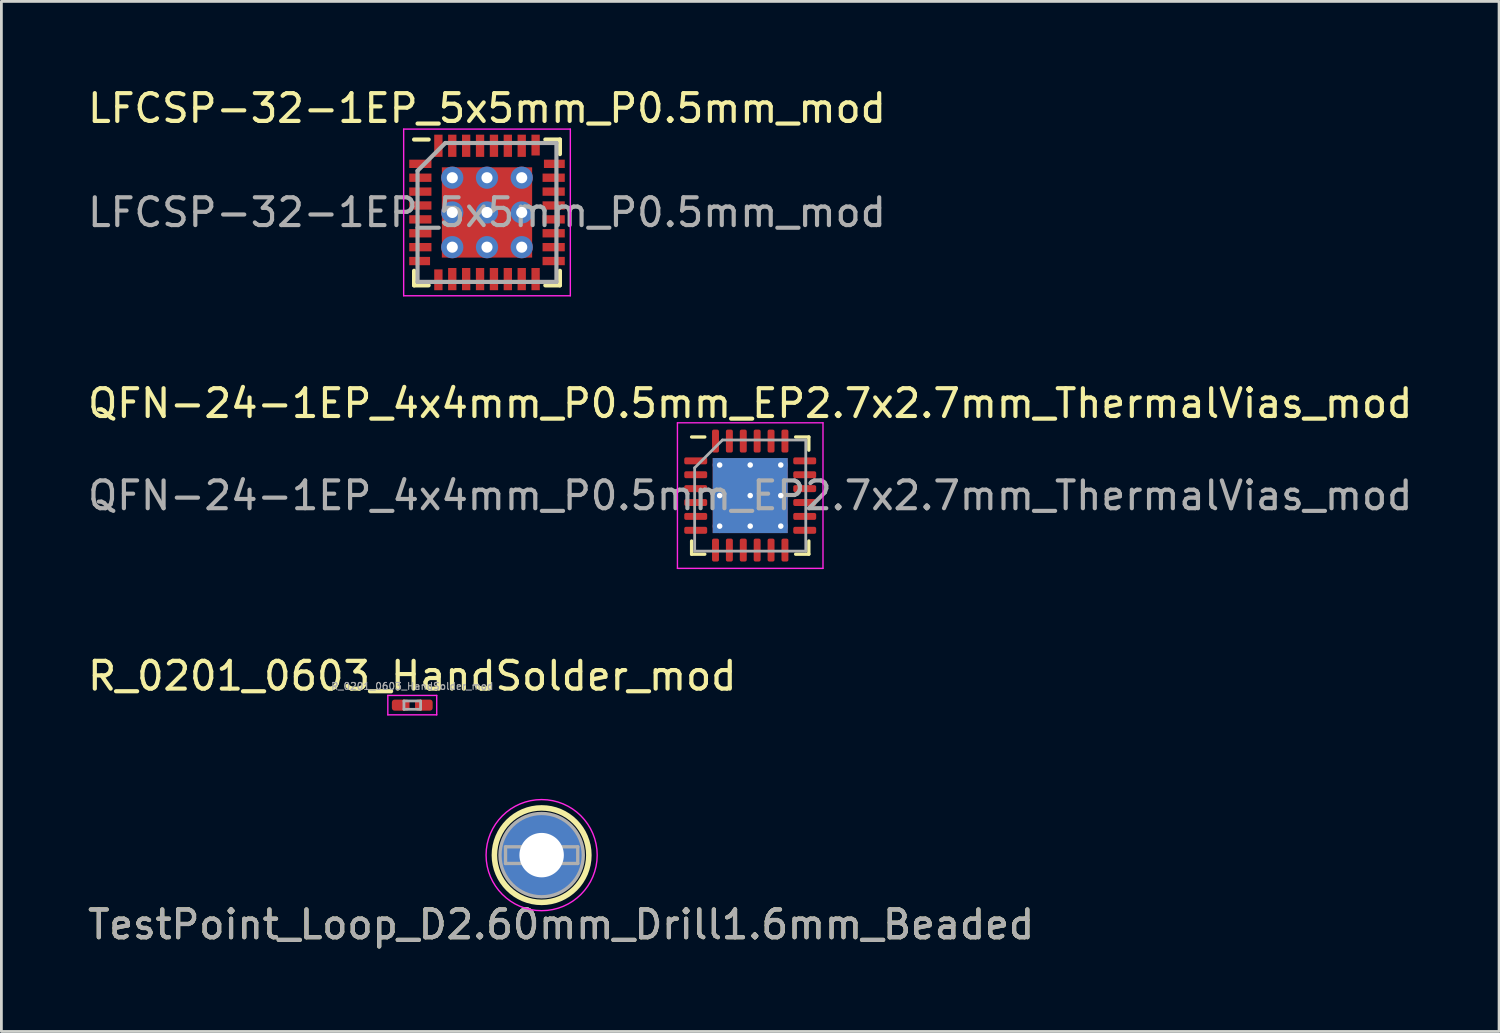
<source format=kicad_pcb>
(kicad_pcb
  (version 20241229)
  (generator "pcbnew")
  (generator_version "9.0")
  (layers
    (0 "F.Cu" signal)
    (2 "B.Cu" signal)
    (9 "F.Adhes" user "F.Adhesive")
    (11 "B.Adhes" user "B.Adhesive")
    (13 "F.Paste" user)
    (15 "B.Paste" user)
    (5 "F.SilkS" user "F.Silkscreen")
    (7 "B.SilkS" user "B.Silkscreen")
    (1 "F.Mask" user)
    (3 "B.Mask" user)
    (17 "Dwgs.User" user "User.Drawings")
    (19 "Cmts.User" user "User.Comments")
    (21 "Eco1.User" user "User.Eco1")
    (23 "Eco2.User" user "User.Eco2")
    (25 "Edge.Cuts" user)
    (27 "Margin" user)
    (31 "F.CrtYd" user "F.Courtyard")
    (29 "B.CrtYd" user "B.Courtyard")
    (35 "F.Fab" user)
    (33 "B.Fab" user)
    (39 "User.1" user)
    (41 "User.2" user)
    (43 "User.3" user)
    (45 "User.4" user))
  (footprint "TestPoint_Loop_D2.60mm_Drill1.6mm_Beaded"
    (layer "F.Cu")
    (at 16.449 27.735)
    (property "Reference" "TestPoint_Loop_D2.60mm_Drill1.6mm_Beaded" (at 0.7 2.5 0) (layer "F.SilkS") (effects (font (size 1 1) (thickness 0.15))))
    (attr through_hole)
    (fp_circle (center 0 0) (end 1.7 0) (stroke (width 0.2) (type solid)) (fill no) (layer "F.SilkS"))
    (fp_circle (center 0 0) (end 2 0) (stroke (width 0.05) (type solid)) (fill no) (layer "F.CrtYd"))
    (fp_line (start -1.3 -0.3) (end -1.3 0.3) (stroke (width 0.12) (type solid)) (layer "F.Fab"))
    (fp_line (start -1.3 0.3) (end 1.3 0.3) (stroke (width 0.12) (type solid)) (layer "F.Fab"))
    (fp_line (start 1.3 -0.3) (end -1.3 -0.3) (stroke (width 0.12) (type solid)) (layer "F.Fab"))
    (fp_line (start 1.3 0.3) (end 1.3 -0.3) (stroke (width 0.12) (type solid)) (layer "F.Fab"))
    (fp_circle (center 0 0) (end 1.5 0) (stroke (width 0.12) (type solid)) (fill no) (layer "F.Fab"))
    (fp_text user "${REFERENCE}" (at 0.7 2.5 0) (layer "F.Fab") (effects (font (size 1 1) (thickness 0.15))))
    (pad "1" thru_hole circle (at 0 0) (size 3 3) (drill 1.6) (layers "*.Cu" "*.Mask")))
  (footprint "R_0201_0603_HandSolder_mod"
    (layer "F.Cu")
    (at 11.792 22.335)
    (property "Reference" "R_0201_0603_HandSolder_mod" (at 0 -1.05 0) (layer "F.SilkS") (effects (font (size 1 1) (thickness 0.15))))
    (attr smd)
    (fp_line (start -0.88 -0.35) (end 0.88 -0.35) (stroke (width 0.05) (type solid)) (layer "F.CrtYd"))
    (fp_line (start -0.88 0.35) (end -0.88 -0.35) (stroke (width 0.05) (type solid)) (layer "F.CrtYd"))
    (fp_line (start 0.88 -0.35) (end 0.88 0.35) (stroke (width 0.05) (type solid)) (layer "F.CrtYd"))
    (fp_line (start 0.88 0.35) (end -0.88 0.35) (stroke (width 0.05) (type solid)) (layer "F.CrtYd"))
    (fp_line (start -0.3 -0.15) (end 0.3 -0.15) (stroke (width 0.1) (type solid)) (layer "F.Fab"))
    (fp_line (start -0.3 0.15) (end -0.3 -0.15) (stroke (width 0.1) (type solid)) (layer "F.Fab"))
    (fp_line (start 0.3 -0.15) (end 0.3 0.15) (stroke (width 0.1) (type solid)) (layer "F.Fab"))
    (fp_line (start 0.3 0.15) (end -0.3 0.15) (stroke (width 0.1) (type solid)) (layer "F.Fab"))
    (fp_text user "${REFERENCE}" (at 0 -0.68 0) (layer "F.Fab") (effects (font (size 0.25 0.25) (thickness 0.04))))
    (pad "" smd roundrect (at -0.432 0) (size 0.458 0.36) (layers "F.Paste") (roundrect_rratio 0.25))
    (pad "" smd roundrect (at 0.432 0) (size 0.458 0.36) (layers "F.Paste") (roundrect_rratio 0.25))
    (pad "1" smd roundrect (at -0.417 0) (size 0.635 0.4) (layers "F.Cu" "F.Mask") (roundrect_rratio 0.25))
    (pad "2" smd roundrect (at 0.417 0) (size 0.635 0.4) (layers "F.Cu" "F.Mask") (roundrect_rratio 0.25)))
  (footprint "QFN-24-1EP_4x4mm_P0.5mm_EP2.7x2.7mm_ThermalVias_mod"
    (layer "F.Cu")
    (at 23.958 14.791)
    (property "Reference" "QFN-24-1EP_4x4mm_P0.5mm_EP2.7x2.7mm_ThermalVias_mod" (at 0 -3.32 0) (layer "F.SilkS") (effects (font (size 1 1) (thickness 0.15))))
    (attr smd)
    (fp_line (start -2.11 2.11) (end -2.11 1.635) (stroke (width 0.12) (type solid)) (layer "F.SilkS"))
    (fp_line (start -1.635 -2.11) (end -2.11 -2.11) (stroke (width 0.12) (type solid)) (layer "F.SilkS"))
    (fp_line (start -1.635 2.11) (end -2.11 2.11) (stroke (width 0.12) (type solid)) (layer "F.SilkS"))
    (fp_line (start 1.635 -2.11) (end 2.11 -2.11) (stroke (width 0.12) (type solid)) (layer "F.SilkS"))
    (fp_line (start 1.635 2.11) (end 2.11 2.11) (stroke (width 0.12) (type solid)) (layer "F.SilkS"))
    (fp_line (start 2.11 -2.11) (end 2.11 -1.635) (stroke (width 0.12) (type solid)) (layer "F.SilkS"))
    (fp_line (start 2.11 2.11) (end 2.11 1.635) (stroke (width 0.12) (type solid)) (layer "F.SilkS"))
    (fp_line (start -2.62 -2.62) (end -2.62 2.62) (stroke (width 0.05) (type solid)) (layer "F.CrtYd"))
    (fp_line (start -2.62 2.62) (end 2.62 2.62) (stroke (width 0.05) (type solid)) (layer "F.CrtYd"))
    (fp_line (start 2.62 -2.62) (end -2.62 -2.62) (stroke (width 0.05) (type solid)) (layer "F.CrtYd"))
    (fp_line (start 2.62 2.62) (end 2.62 -2.62) (stroke (width 0.05) (type solid)) (layer "F.CrtYd"))
    (fp_line (start -2 -1) (end -1 -2) (stroke (width 0.1) (type solid)) (layer "F.Fab"))
    (fp_line (start -2 2) (end -2 -1) (stroke (width 0.1) (type solid)) (layer "F.Fab"))
    (fp_line (start -1 -2) (end 2 -2) (stroke (width 0.1) (type solid)) (layer "F.Fab"))
    (fp_line (start 2 -2) (end 2 2) (stroke (width 0.1) (type solid)) (layer "F.Fab"))
    (fp_line (start 2 2) (end -2 2) (stroke (width 0.1) (type solid)) (layer "F.Fab"))
    (fp_text user "${REFERENCE}" (at 0 0 0) (layer "F.Fab") (effects (font (size 1 1) (thickness 0.15))))
    (pad "" smd roundrect (at -0.675 -0.675) (size 1.17 1.17) (layers "F.Paste") (roundrect_rratio 0.214))
    (pad "" smd roundrect (at -0.675 0.675) (size 1.17 1.17) (layers "F.Paste") (roundrect_rratio 0.214))
    (pad "" smd roundrect (at 0.675 -0.675) (size 1.17 1.17) (layers "F.Paste") (roundrect_rratio 0.214))
    (pad "" smd roundrect (at 0.675 0.675) (size 1.17 1.17) (layers "F.Paste") (roundrect_rratio 0.214))
    (pad "1" smd roundrect (at -1.962 -1.25) (size 0.825 0.25) (layers "F.Cu" "F.Mask" "F.Paste") (roundrect_rratio 0.25))
    (pad "2" smd roundrect (at -1.962 -0.75) (size 0.825 0.25) (layers "F.Cu" "F.Mask" "F.Paste") (roundrect_rratio 0.25))
    (pad "3" smd roundrect (at -1.962 -0.25) (size 0.825 0.25) (layers "F.Cu" "F.Mask" "F.Paste") (roundrect_rratio 0.25))
    (pad "4" smd roundrect (at -1.962 0.25) (size 0.825 0.25) (layers "F.Cu" "F.Mask" "F.Paste") (roundrect_rratio 0.25))
    (pad "5" smd roundrect (at -1.962 0.75) (size 0.825 0.25) (layers "F.Cu" "F.Mask" "F.Paste") (roundrect_rratio 0.25))
    (pad "6" smd roundrect (at -1.962 1.25) (size 0.825 0.25) (layers "F.Cu" "F.Mask" "F.Paste") (roundrect_rratio 0.25))
    (pad "7" smd roundrect (at -1.25 1.962) (size 0.25 0.825) (layers "F.Cu" "F.Mask" "F.Paste") (roundrect_rratio 0.25))
    (pad "8" smd roundrect (at -0.75 1.962) (size 0.25 0.825) (layers "F.Cu" "F.Mask" "F.Paste") (roundrect_rratio 0.25))
    (pad "9" smd roundrect (at -0.25 1.962) (size 0.25 0.825) (layers "F.Cu" "F.Mask" "F.Paste") (roundrect_rratio 0.25))
    (pad "10" smd roundrect (at 0.25 1.962) (size 0.25 0.825) (layers "F.Cu" "F.Mask" "F.Paste") (roundrect_rratio 0.25))
    (pad "11" thru_hole circle (at -1.1 -1.1) (size 0.5 0.5) (drill 0.2) (layers "*.Cu"))
    (pad "11" thru_hole circle (at -1.1 0) (size 0.5 0.5) (drill 0.2) (layers "*.Cu"))
    (pad "11" thru_hole circle (at -1.1 1.1) (size 0.5 0.5) (drill 0.2) (layers "*.Cu"))
    (pad "11" thru_hole circle (at 0 -1.1) (size 0.5 0.5) (drill 0.2) (layers "*.Cu"))
    (pad "11" thru_hole circle (at 0 0) (size 0.5 0.5) (drill 0.2) (layers "*.Cu"))
    (pad "11" smd rect (at 0 0) (size 2.7 2.7) (layers "F.Cu" "F.Mask"))
    (pad "11" smd rect (at 0 0) (size 2.7 2.7) (layers "B.Cu"))
    (pad "11" thru_hole circle (at 0 1.1) (size 0.5 0.5) (drill 0.2) (layers "*.Cu"))
    (pad "11" smd roundrect (at 0.75 1.962) (size 0.25 0.825) (layers "F.Cu" "F.Mask" "F.Paste") (roundrect_rratio 0.25))
    (pad "11" thru_hole circle (at 1.1 -1.1) (size 0.5 0.5) (drill 0.2) (layers "*.Cu"))
    (pad "11" thru_hole circle (at 1.1 0) (size 0.5 0.5) (drill 0.2) (layers "*.Cu"))
    (pad "11" thru_hole circle (at 1.1 1.1) (size 0.5 0.5) (drill 0.2) (layers "*.Cu"))
    (pad "12" smd roundrect (at 1.25 1.962) (size 0.25 0.825) (layers "F.Cu" "F.Mask" "F.Paste") (roundrect_rratio 0.25))
    (pad "13" smd roundrect (at 1.962 1.25) (size 0.825 0.25) (layers "F.Cu" "F.Mask" "F.Paste") (roundrect_rratio 0.25))
    (pad "14" smd roundrect (at 1.962 0.75) (size 0.825 0.25) (layers "F.Cu" "F.Mask" "F.Paste") (roundrect_rratio 0.25))
    (pad "15" smd roundrect (at 1.962 0.25) (size 0.825 0.25) (layers "F.Cu" "F.Mask" "F.Paste") (roundrect_rratio 0.25))
    (pad "16" smd roundrect (at 1.962 -0.25) (size 0.825 0.25) (layers "F.Cu" "F.Mask" "F.Paste") (roundrect_rratio 0.25))
    (pad "17" smd roundrect (at 1.962 -0.75) (size 0.825 0.25) (layers "F.Cu" "F.Mask" "F.Paste") (roundrect_rratio 0.25))
    (pad "18" smd roundrect (at 1.962 -1.25) (size 0.825 0.25) (layers "F.Cu" "F.Mask" "F.Paste") (roundrect_rratio 0.25))
    (pad "19" smd roundrect (at 1.25 -1.962) (size 0.25 0.825) (layers "F.Cu" "F.Mask" "F.Paste") (roundrect_rratio 0.25))
    (pad "20" smd roundrect (at 0.75 -1.962) (size 0.25 0.825) (layers "F.Cu" "F.Mask" "F.Paste") (roundrect_rratio 0.25))
    (pad "21" smd roundrect (at 0.25 -1.962) (size 0.25 0.825) (layers "F.Cu" "F.Mask" "F.Paste") (roundrect_rratio 0.25))
    (pad "22" smd roundrect (at -0.25 -1.962) (size 0.25 0.825) (layers "F.Cu" "F.Mask" "F.Paste") (roundrect_rratio 0.25))
    (pad "23" smd roundrect (at -0.75 -1.962) (size 0.25 0.825) (layers "F.Cu" "F.Mask" "F.Paste") (roundrect_rratio 0.25))
    (pad "24" smd roundrect (at -1.25 -1.962) (size 0.25 0.825) (layers "F.Cu" "F.Mask" "F.Paste") (roundrect_rratio 0.25)))
  (footprint "LFCSP-32-1EP_5x5mm_P0.5mm_mod"
    (layer "F.Cu")
    (at 14.482 4.598)
    (property "Reference" "LFCSP-32-1EP_5x5mm_P0.5mm_mod" (at 0 -3.75 0) (layer "F.SilkS") (effects (font (size 1 1) (thickness 0.15))))
    (attr smd)
    (fp_line (start -2.625 -2.625) (end -2.1 -2.625) (stroke (width 0.15) (type solid)) (layer "F.SilkS"))
    (fp_line (start -2.625 2.625) (end -2.625 2.1) (stroke (width 0.15) (type solid)) (layer "F.SilkS"))
    (fp_line (start -2.625 2.625) (end -2.1 2.625) (stroke (width 0.15) (type solid)) (layer "F.SilkS"))
    (fp_line (start 2.625 -2.625) (end 2.1 -2.625) (stroke (width 0.15) (type solid)) (layer "F.SilkS"))
    (fp_line (start 2.625 -2.625) (end 2.625 -2.1) (stroke (width 0.15) (type solid)) (layer "F.SilkS"))
    (fp_line (start 2.625 2.625) (end 2.1 2.625) (stroke (width 0.15) (type solid)) (layer "F.SilkS"))
    (fp_line (start 2.625 2.625) (end 2.625 2.1) (stroke (width 0.15) (type solid)) (layer "F.SilkS"))
    (fp_line (start -3 -3) (end -3 3) (stroke (width 0.05) (type solid)) (layer "F.CrtYd"))
    (fp_line (start -3 -3) (end 3 -3) (stroke (width 0.05) (type solid)) (layer "F.CrtYd"))
    (fp_line (start -3 3) (end 3 3) (stroke (width 0.05) (type solid)) (layer "F.CrtYd"))
    (fp_line (start 3 -3) (end 3 3) (stroke (width 0.05) (type solid)) (layer "F.CrtYd"))
    (fp_line (start -2.5 -1.5) (end -1.5 -2.5) (stroke (width 0.15) (type solid)) (layer "F.Fab"))
    (fp_line (start -2.5 2.5) (end -2.5 -1.5) (stroke (width 0.15) (type solid)) (layer "F.Fab"))
    (fp_line (start -1.5 -2.5) (end 2.5 -2.5) (stroke (width 0.15) (type solid)) (layer "F.Fab"))
    (fp_line (start 2.5 -2.5) (end 2.5 2.5) (stroke (width 0.15) (type solid)) (layer "F.Fab"))
    (fp_line (start 2.5 2.5) (end -2.5 2.5) (stroke (width 0.15) (type solid)) (layer "F.Fab"))
    (fp_text user "${REFERENCE}" (at 0 0 0) (layer "F.Fab") (effects (font (size 1 1) (thickness 0.15))))
    (pad "" smd rect (at -0.8 -0.8) (size 1.3 1.3) (layers "F.Paste"))
    (pad "" smd rect (at -0.8 0.8) (size 1.3 1.3) (layers "F.Paste"))
    (pad "" smd rect (at 0.8 -0.8) (size 1.3 1.3) (layers "F.Paste"))
    (pad "" smd rect (at 0.8 0.8) (size 1.3 1.3) (layers "F.Paste"))
    (pad "1" smd rect (at -2.4 -1.75) (size 0.8 0.3) (layers "F.Cu" "F.Mask" "F.Paste"))
    (pad "1" thru_hole circle (at -1.25 -1.25) (size 0.8 0.8) (drill 0.4) (layers "*.Cu" "*.Mask"))
    (pad "1" thru_hole circle (at -1.25 0) (size 0.8 0.8) (drill 0.4) (layers "*.Cu" "*.Mask"))
    (pad "1" thru_hole circle (at -1.25 1.25) (size 0.8 0.8) (drill 0.4) (layers "*.Cu" "*.Mask"))
    (pad "1" thru_hole circle (at 0 -1.25) (size 0.8 0.8) (drill 0.4) (layers "*.Cu" "*.Mask"))
    (pad "1" thru_hole circle (at 0 0) (size 0.8 0.8) (drill 0.4) (layers "*.Cu" "*.Mask"))
    (pad "1" smd rect (at 0 0) (size 3.25 3.25) (layers "F.Cu" "F.Mask"))
    (pad "1" thru_hole circle (at 0 1.25) (size 0.8 0.8) (drill 0.4) (layers "*.Cu" "*.Mask"))
    (pad "1" thru_hole circle (at 1.25 -1.25) (size 0.8 0.8) (drill 0.4) (layers "*.Cu" "*.Mask"))
    (pad "1" thru_hole circle (at 1.25 0) (size 0.8 0.8) (drill 0.4) (layers "*.Cu" "*.Mask"))
    (pad "1" thru_hole circle (at 1.25 1.25) (size 0.8 0.8) (drill 0.4) (layers "*.Cu" "*.Mask"))
    (pad "2" smd rect (at -2.4 -1.25) (size 0.8 0.3) (layers "F.Cu" "F.Mask" "F.Paste"))
    (pad "3" smd rect (at -2.4 -0.75) (size 0.8 0.3) (layers "F.Cu" "F.Mask" "F.Paste"))
    (pad "4" smd rect (at -2.4 -0.25) (size 0.8 0.3) (layers "F.Cu" "F.Mask" "F.Paste"))
    (pad "5" smd rect (at -2.4 0.25) (size 0.8 0.3) (layers "F.Cu" "F.Mask" "F.Paste"))
    (pad "6" smd rect (at -2.4 0.75) (size 0.8 0.3) (layers "F.Cu" "F.Mask" "F.Paste"))
    (pad "7" smd rect (at -2.4 1.25) (size 0.8 0.3) (layers "F.Cu" "F.Mask" "F.Paste"))
    (pad "8" smd rect (at -2.425 1.75) (size 0.75 0.3) (layers "F.Cu" "F.Mask" "F.Paste"))
    (pad "9" smd rect (at -1.75 2.425 90) (size 0.75 0.3) (layers "F.Cu" "F.Mask" "F.Paste"))
    (pad "10" smd rect (at -1.25 2.4 90) (size 0.8 0.3) (layers "F.Cu" "F.Mask" "F.Paste"))
    (pad "11" smd rect (at -0.75 2.4 90) (size 0.8 0.3) (layers "F.Cu" "F.Mask" "F.Paste"))
    (pad "12" smd rect (at -0.25 2.4 90) (size 0.8 0.3) (layers "F.Cu" "F.Mask" "F.Paste"))
    (pad "13" smd rect (at 0.25 2.4 90) (size 0.8 0.3) (layers "F.Cu" "F.Mask" "F.Paste"))
    (pad "14" smd rect (at 0.75 2.4 90) (size 0.8 0.3) (layers "F.Cu" "F.Mask" "F.Paste"))
    (pad "15" smd rect (at 1.25 2.4 90) (size 0.8 0.3) (layers "F.Cu" "F.Mask" "F.Paste"))
    (pad "16" smd rect (at 1.75 2.4 90) (size 0.8 0.3) (layers "F.Cu" "F.Mask" "F.Paste"))
    (pad "17" smd rect (at 2.4 1.75) (size 0.8 0.3) (layers "F.Cu" "F.Mask" "F.Paste"))
    (pad "18" smd rect (at 2.4 1.25) (size 0.8 0.3) (layers "F.Cu" "F.Mask" "F.Paste"))
    (pad "19" smd rect (at 2.4 0.75) (size 0.8 0.3) (layers "F.Cu" "F.Mask" "F.Paste"))
    (pad "20" smd rect (at 2.4 0.25) (size 0.8 0.3) (layers "F.Cu" "F.Mask" "F.Paste"))
    (pad "21" smd rect (at 2.4 -0.25) (size 0.8 0.3) (layers "F.Cu" "F.Mask" "F.Paste"))
    (pad "22" smd rect (at 2.4 -0.75) (size 0.8 0.3) (layers "F.Cu" "F.Mask" "F.Paste"))
    (pad "23" smd rect (at 2.4 -1.25) (size 0.8 0.3) (layers "F.Cu" "F.Mask" "F.Paste"))
    (pad "24" smd rect (at 2.425 -1.75) (size 0.75 0.3) (layers "F.Cu" "F.Mask" "F.Paste"))
    (pad "25" smd rect (at 1.75 -2.425 90) (size 0.75 0.3) (layers "F.Cu" "F.Mask" "F.Paste"))
    (pad "26" smd rect (at 1.25 -2.4 90) (size 0.8 0.3) (layers "F.Cu" "F.Mask" "F.Paste"))
    (pad "27" smd rect (at 0.75 -2.4 90) (size 0.8 0.3) (layers "F.Cu" "F.Mask" "F.Paste"))
    (pad "28" smd rect (at 0.25 -2.4 90) (size 0.8 0.3) (layers "F.Cu" "F.Mask" "F.Paste"))
    (pad "29" smd rect (at -0.25 -2.4 90) (size 0.8 0.3) (layers "F.Cu" "F.Mask" "F.Paste"))
    (pad "30" smd rect (at -0.75 -2.4 90) (size 0.8 0.3) (layers "F.Cu" "F.Mask" "F.Paste"))
    (pad "31" smd rect (at -1.25 -2.4 90) (size 0.8 0.3) (layers "F.Cu" "F.Mask" "F.Paste"))
    (pad "32" smd rect (at -1.75 -2.4 90) (size 0.8 0.3) (layers "F.Cu" "F.Mask" "F.Paste")))
  (gr_rect
    (start -3 -3)
    (end 50.917 34.083)
    (stroke (width 0.1) (type default))
    (fill no)
    (layer "Edge.Cuts")))
</source>
